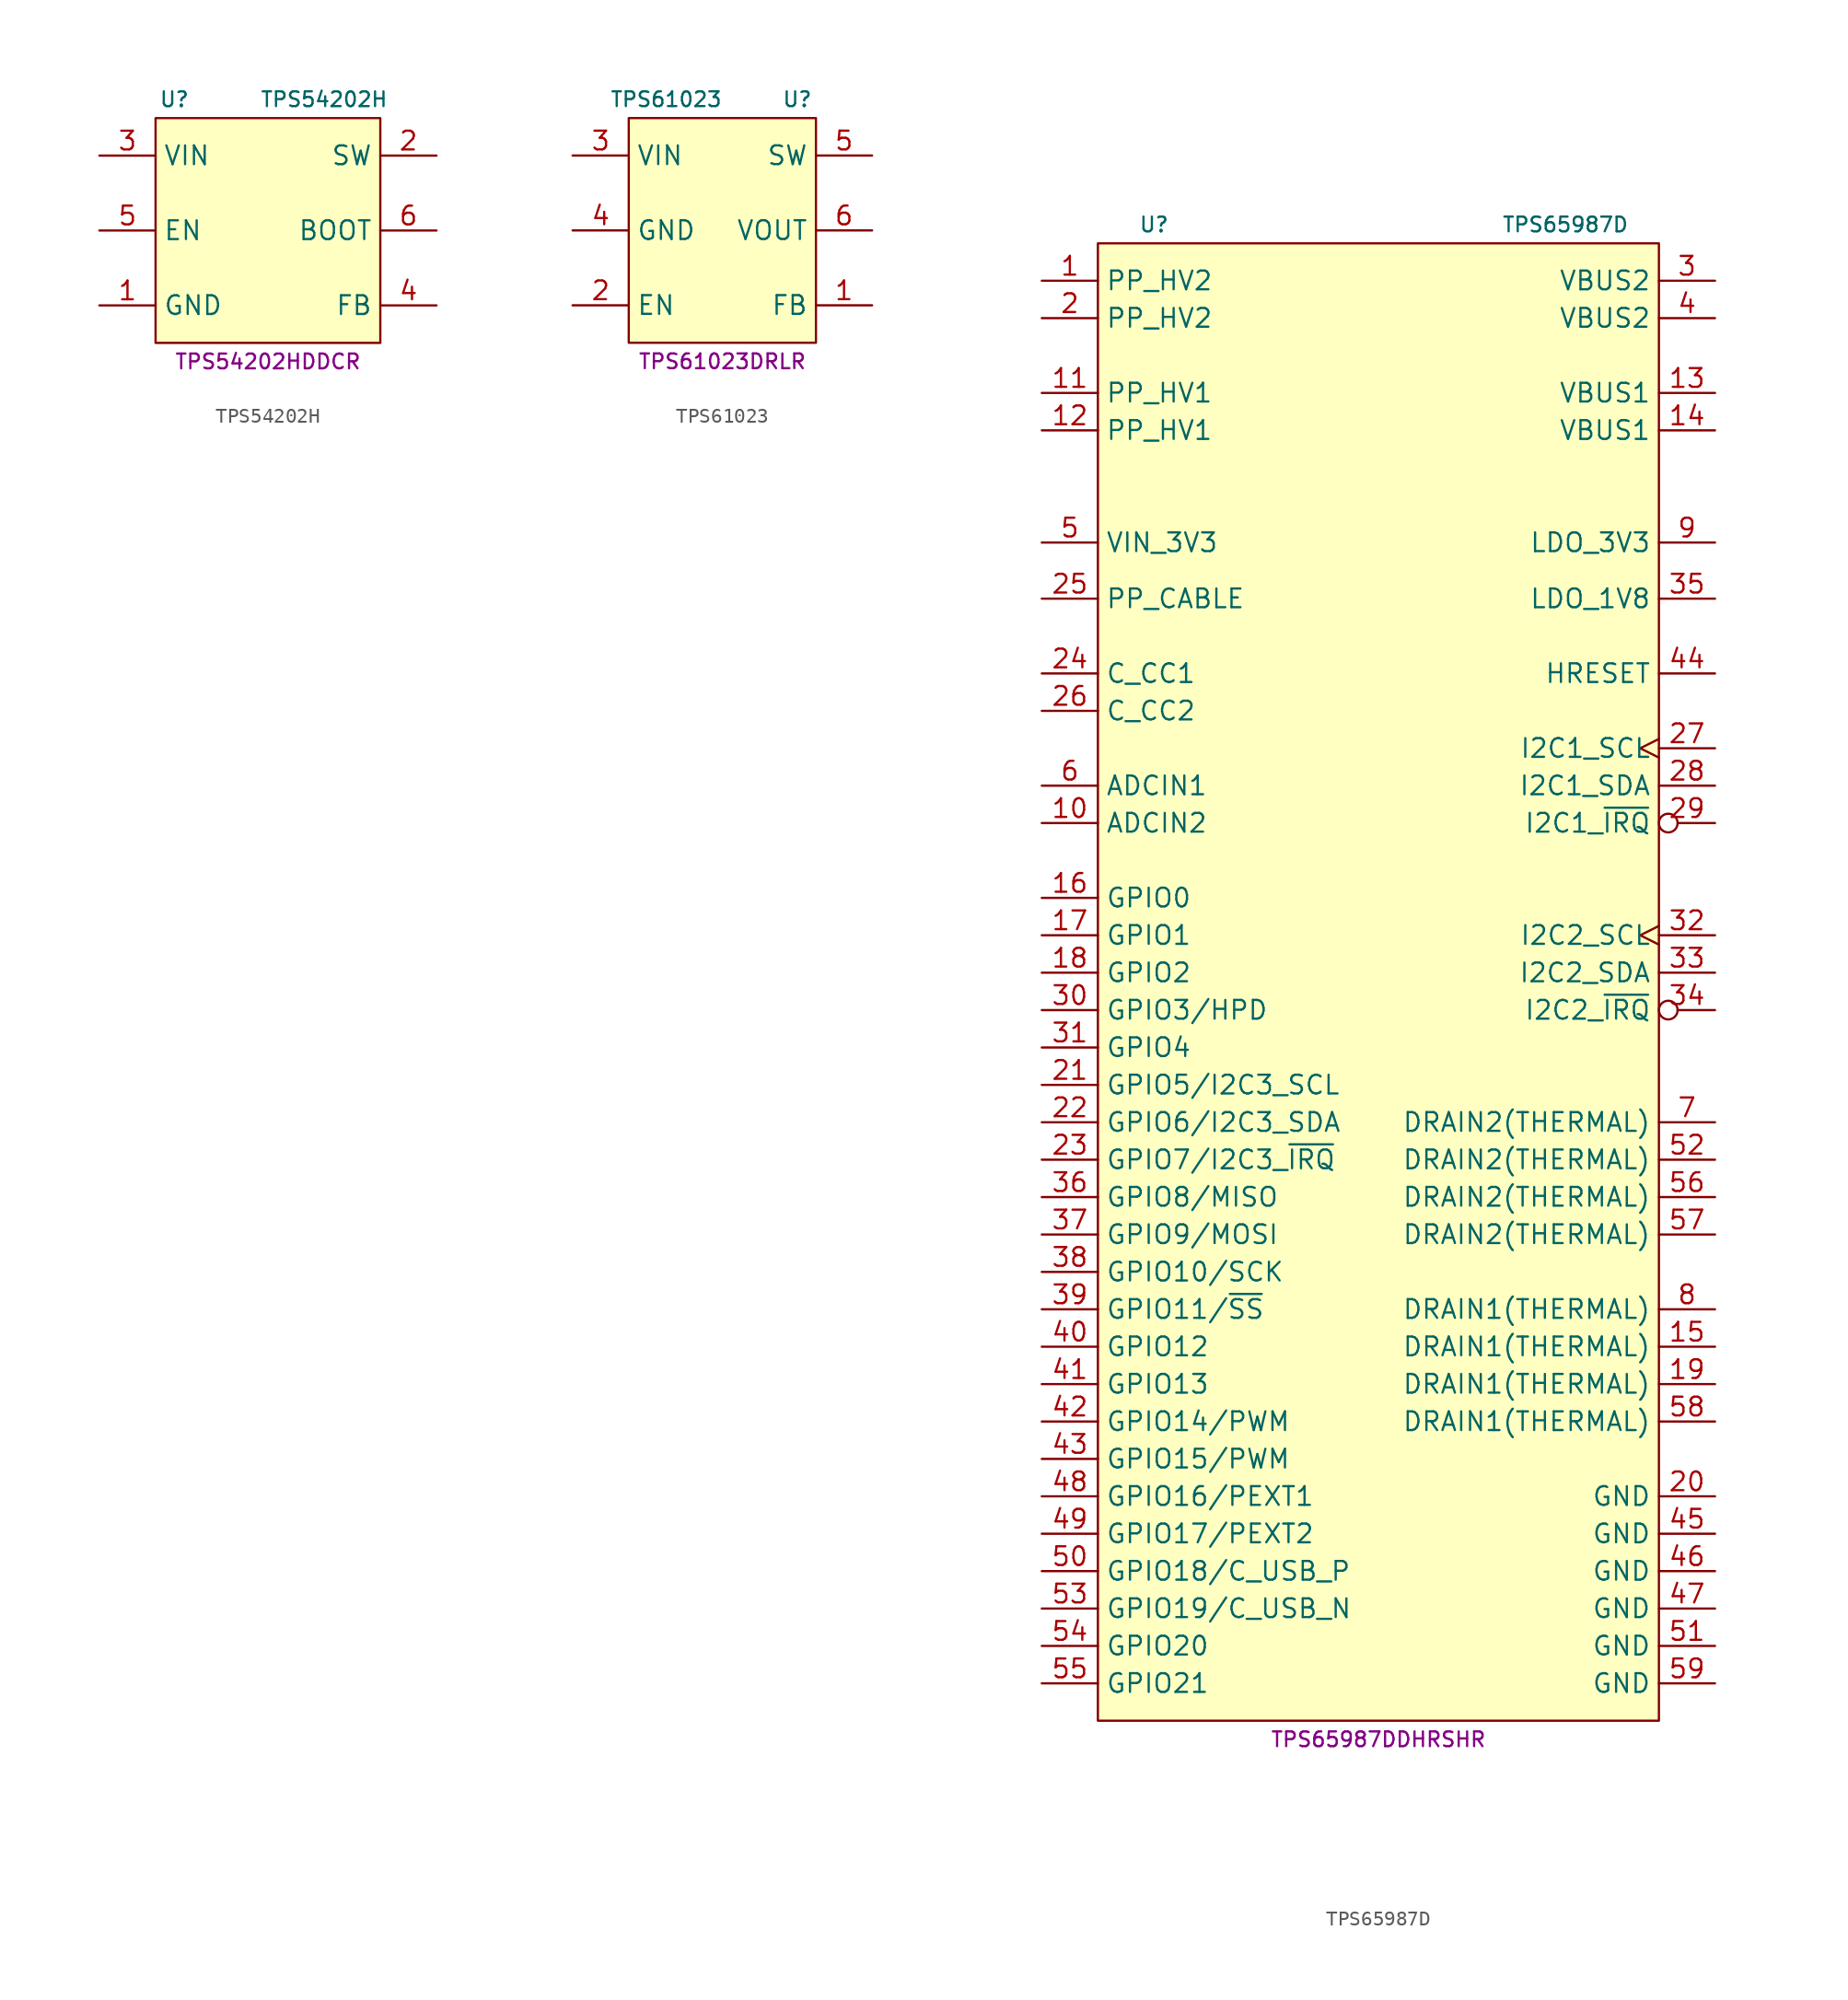
<source format=kicad_sym>
(kicad_symbol_lib
  (version 20231120)
  (generator "kicad_symbol_editor")
  (generator_version "8.0")
  (symbol "TPS54202H"
    (property "Reference" "U"
      (at -6.35 8.89 0)
      (effects (font (size 1 1))))
    (property "Value" "TPS54202H"
      (at 3.81 8.89 0)
      (effects (font (size 1 1))))
    (property "MPN" "TPS54202HDDCR"
      (at 0 -8.89 0)
      (effects (font (size 1 1))))
    (symbol "TPS54202H_0_1"
      (rectangle (start -7.62 7.62) (end 7.62 -7.62) (stroke (width 0.152) (type default)) (fill (type background))))
    (symbol "TPS54202H_1_1"
      (pin power_in line (at -11.43 -5.08 0) (length 3.81) (name "GND" (effects (font (size 1.27 1.27)))) (number "1" (effects (font (size 1.27 1.27)))))
      (pin power_out line (at 11.43 5.08 180) (length 3.81) (name "SW" (effects (font (size 1.27 1.27)))) (number "2" (effects (font (size 1.27 1.27)))))
      (pin power_in line (at -11.43 5.08 0) (length 3.81) (name "VIN" (effects (font (size 1.27 1.27)))) (number "3" (effects (font (size 1.27 1.27)))))
      (pin input line (at 11.43 -5.08 180) (length 3.81) (name "FB" (effects (font (size 1.27 1.27)))) (number "4" (effects (font (size 1.27 1.27)))))
      (pin input line (at -11.43 0 0) (length 3.81) (name "EN" (effects (font (size 1.27 1.27)))) (number "5" (effects (font (size 1.27 1.27)))))
      (pin passive line (at 11.43 0 180) (length 3.81) (name "BOOT" (effects (font (size 1.27 1.27)))) (number "6" (effects (font (size 1.27 1.27)))))))
  (symbol "TPS61023"
    (property "Reference" "U"
      (at 5.08 8.89 0)
      (effects (font (size 1 1))))
    (property "Value" "TPS61023"
      (at -3.81 8.89 0)
      (effects (font (size 1 1))))
    (property "MPN" "TPS61023DRLR"
      (at 0 -8.89 0)
      (effects (font (size 1 1))))
    (symbol "TPS61023_1_1"
      (rectangle (start -6.35 7.62) (end 6.35 -7.62) (stroke (width 0) (type default)) (fill (type background)))
      (pin input line (at 10.16 -5.08 180) (length 3.81) (name "FB" (effects (font (size 1.27 1.27)))) (number "1" (effects (font (size 1.27 1.27)))))
      (pin input line (at -10.16 -5.08 0) (length 3.81) (name "EN" (effects (font (size 1.27 1.27)))) (number "2" (effects (font (size 1.27 1.27)))))
      (pin power_in line (at -10.16 5.08 0) (length 3.81) (name "VIN" (effects (font (size 1.27 1.27)))) (number "3" (effects (font (size 1.27 1.27)))))
      (pin power_in line (at -10.16 0 0) (length 3.81) (name "GND" (effects (font (size 1.27 1.27)))) (number "4" (effects (font (size 1.27 1.27)))))
      (pin power_out line (at 10.16 5.08 180) (length 3.81) (name "SW" (effects (font (size 1.27 1.27)))) (number "5" (effects (font (size 1.27 1.27)))))
      (pin power_out line (at 10.16 0 180) (length 3.81) (name "VOUT" (effects (font (size 1.27 1.27)))) (number "6" (effects (font (size 1.27 1.27)))))))
  (symbol "TPS65987D"
    (property "Reference" "U"
      (at -15.24 48.26 0)
      (effects (font (size 1 1))))
    (property "Value" "TPS65987D"
      (at 12.7 48.26 0)
      (effects (font (size 1 1))))
    (property "MPN" "TPS65987DDHRSHR"
      (at 0 -54.61 0)
      (effects (font (size 1 1))))
    (symbol "TPS65987D_0_1"
      (rectangle (start -19.05 46.99) (end 19.05 -53.34) (stroke (width 0) (type default)) (fill (type background))))
    (symbol "TPS65987D_1_1"
      (pin power_in line (at -22.86 44.45 0) (length 3.81) (name "PP_HV2" (effects (font (size 1.27 1.27)))) (number "1" (effects (font (size 1.27 1.27)))))
      (pin passive line (at -22.86 7.62 0) (length 3.81) (name "ADCIN2" (effects (font (size 1.27 1.27)))) (number "10" (effects (font (size 1.27 1.27)))))
      (pin power_out line (at -22.86 36.83 0) (length 3.81) (name "PP_HV1" (effects (font (size 1.27 1.27)))) (number "11" (effects (font (size 1.27 1.27)))))
      (pin power_out line (at -22.86 34.29 0) (length 3.81) (name "PP_HV1" (effects (font (size 1.27 1.27)))) (number "12" (effects (font (size 1.27 1.27)))))
      (pin power_in line (at 22.86 36.83 180) (length 3.81) (name "VBUS1" (effects (font (size 1.27 1.27)))) (number "13" (effects (font (size 1.27 1.27)))))
      (pin power_in line (at 22.86 34.29 180) (length 3.81) (name "VBUS1" (effects (font (size 1.27 1.27)))) (number "14" (effects (font (size 1.27 1.27)))))
      (pin power_out line (at 22.86 -27.94 180) (length 3.81) (name "DRAIN1(THERMAL)" (effects (font (size 1.27 1.27)))) (number "15" (effects (font (size 1.27 1.27)))))
      (pin bidirectional line (at -22.86 2.54 0) (length 3.81) (name "GPIO0" (effects (font (size 1.27 1.27)))) (number "16" (effects (font (size 1.27 1.27)))))
      (pin bidirectional line (at -22.86 0 0) (length 3.81) (name "GPIO1" (effects (font (size 1.27 1.27)))) (number "17" (effects (font (size 1.27 1.27)))))
      (pin bidirectional line (at -22.86 -2.54 0) (length 3.81) (name "GPIO2" (effects (font (size 1.27 1.27)))) (number "18" (effects (font (size 1.27 1.27)))))
      (pin power_out line (at 22.86 -30.48 180) (length 3.81) (name "DRAIN1(THERMAL)" (effects (font (size 1.27 1.27)))) (number "19" (effects (font (size 1.27 1.27)))))
      (pin power_in line (at -22.86 41.91 0) (length 3.81) (name "PP_HV2" (effects (font (size 1.27 1.27)))) (number "2" (effects (font (size 1.27 1.27)))))
      (pin power_in line (at 22.86 -38.1 180) (length 3.81) (name "GND" (effects (font (size 1.27 1.27)))) (number "20" (effects (font (size 1.27 1.27)))))
      (pin bidirectional line (at -22.86 -10.16 0) (length 3.81) (name "GPIO5/I2C3_SCL" (effects (font (size 1.27 1.27)))) (number "21" (effects (font (size 1.27 1.27)))))
      (pin bidirectional line (at -22.86 -12.7 0) (length 3.81) (name "GPIO6/I2C3_SDA" (effects (font (size 1.27 1.27)))) (number "22" (effects (font (size 1.27 1.27)))))
      (pin bidirectional line (at -22.86 -15.24 0) (length 3.81) (name "GPIO7/I2C3_~{IRQ}" (effects (font (size 1.27 1.27)))) (number "23" (effects (font (size 1.27 1.27)))))
      (pin bidirectional line (at -22.86 17.78 0) (length 3.81) (name "C_CC1" (effects (font (size 1.27 1.27)))) (number "24" (effects (font (size 1.27 1.27)))))
      (pin power_in line (at -22.86 22.86 0) (length 3.81) (name "PP_CABLE" (effects (font (size 1.27 1.27)))) (number "25" (effects (font (size 1.27 1.27)))))
      (pin bidirectional line (at -22.86 15.24 0) (length 3.81) (name "C_CC2" (effects (font (size 1.27 1.27)))) (number "26" (effects (font (size 1.27 1.27)))))
      (pin bidirectional clock (at 22.86 12.7 180) (length 3.81) (name "I2C1_SCL" (effects (font (size 1.27 1.27)))) (number "27" (effects (font (size 1.27 1.27)))))
      (pin bidirectional line (at 22.86 10.16 180) (length 3.81) (name "I2C1_SDA" (effects (font (size 1.27 1.27)))) (number "28" (effects (font (size 1.27 1.27)))))
      (pin open_collector inverted (at 22.86 7.62 180) (length 3.81) (name "I2C1_~{IRQ}" (effects (font (size 1.27 1.27)))) (number "29" (effects (font (size 1.27 1.27)))))
      (pin power_out line (at 22.86 44.45 180) (length 3.81) (name "VBUS2" (effects (font (size 1.27 1.27)))) (number "3" (effects (font (size 1.27 1.27)))))
      (pin bidirectional line (at -22.86 -5.08 0) (length 3.81) (name "GPIO3/HPD" (effects (font (size 1.27 1.27)))) (number "30" (effects (font (size 1.27 1.27)))))
      (pin bidirectional line (at -22.86 -7.62 0) (length 3.81) (name "GPIO4" (effects (font (size 1.27 1.27)))) (number "31" (effects (font (size 1.27 1.27)))))
      (pin bidirectional clock (at 22.86 0 180) (length 3.81) (name "I2C2_SCL" (effects (font (size 1.27 1.27)))) (number "32" (effects (font (size 1.27 1.27)))))
      (pin bidirectional line (at 22.86 -2.54 180) (length 3.81) (name "I2C2_SDA" (effects (font (size 1.27 1.27)))) (number "33" (effects (font (size 1.27 1.27)))))
      (pin open_collector inverted (at 22.86 -5.08 180) (length 3.81) (name "I2C2_~{IRQ}" (effects (font (size 1.27 1.27)))) (number "34" (effects (font (size 1.27 1.27)))))
      (pin power_out line (at 22.86 22.86 180) (length 3.81) (name "LDO_1V8" (effects (font (size 1.27 1.27)))) (number "35" (effects (font (size 1.27 1.27)))))
      (pin bidirectional line (at -22.86 -17.78 0) (length 3.81) (name "GPIO8/MISO" (effects (font (size 1.27 1.27)))) (number "36" (effects (font (size 1.27 1.27)))))
      (pin bidirectional line (at -22.86 -20.32 0) (length 3.81) (name "GPIO9/MOSI" (effects (font (size 1.27 1.27)))) (number "37" (effects (font (size 1.27 1.27)))))
      (pin bidirectional line (at -22.86 -22.86 0) (length 3.81) (name "GPIO10/SCK" (effects (font (size 1.27 1.27)))) (number "38" (effects (font (size 1.27 1.27)))))
      (pin bidirectional line (at -22.86 -25.4 0) (length 3.81) (name "GPIO11/~{SS}" (effects (font (size 1.27 1.27)))) (number "39" (effects (font (size 1.27 1.27)))))
      (pin power_out line (at 22.86 41.91 180) (length 3.81) (name "VBUS2" (effects (font (size 1.27 1.27)))) (number "4" (effects (font (size 1.27 1.27)))))
      (pin bidirectional line (at -22.86 -27.94 0) (length 3.81) (name "GPIO12" (effects (font (size 1.27 1.27)))) (number "40" (effects (font (size 1.27 1.27)))))
      (pin bidirectional line (at -22.86 -30.48 0) (length 3.81) (name "GPIO13" (effects (font (size 1.27 1.27)))) (number "41" (effects (font (size 1.27 1.27)))))
      (pin bidirectional line (at -22.86 -33.02 0) (length 3.81) (name "GPIO14/PWM" (effects (font (size 1.27 1.27)))) (number "42" (effects (font (size 1.27 1.27)))))
      (pin bidirectional line (at -22.86 -35.56 0) (length 3.81) (name "GPIO15/PWM" (effects (font (size 1.27 1.27)))) (number "43" (effects (font (size 1.27 1.27)))))
      (pin bidirectional line (at 22.86 17.78 180) (length 3.81) (name "HRESET" (effects (font (size 1.27 1.27)))) (number "44" (effects (font (size 1.27 1.27)))))
      (pin power_in line (at 22.86 -40.64 180) (length 3.81) (name "GND" (effects (font (size 1.27 1.27)))) (number "45" (effects (font (size 1.27 1.27)))))
      (pin power_in line (at 22.86 -43.18 180) (length 3.81) (name "GND" (effects (font (size 1.27 1.27)))) (number "46" (effects (font (size 1.27 1.27)))))
      (pin power_in line (at 22.86 -45.72 180) (length 3.81) (name "GND" (effects (font (size 1.27 1.27)))) (number "47" (effects (font (size 1.27 1.27)))))
      (pin bidirectional line (at -22.86 -38.1 0) (length 3.81) (name "GPIO16/PEXT1" (effects (font (size 1.27 1.27)))) (number "48" (effects (font (size 1.27 1.27)))))
      (pin bidirectional line (at -22.86 -40.64 0) (length 3.81) (name "GPIO17/PEXT2" (effects (font (size 1.27 1.27)))) (number "49" (effects (font (size 1.27 1.27)))))
      (pin power_in line (at -22.86 26.67 0) (length 3.81) (name "VIN_3V3" (effects (font (size 1.27 1.27)))) (number "5" (effects (font (size 1.27 1.27)))))
      (pin bidirectional line (at -22.86 -43.18 0) (length 3.81) (name "GPIO18/C_USB_P" (effects (font (size 1.27 1.27)))) (number "50" (effects (font (size 1.27 1.27)))))
      (pin power_in line (at 22.86 -48.26 180) (length 3.81) (name "GND" (effects (font (size 1.27 1.27)))) (number "51" (effects (font (size 1.27 1.27)))))
      (pin power_out line (at 22.86 -15.24 180) (length 3.81) (name "DRAIN2(THERMAL)" (effects (font (size 1.27 1.27)))) (number "52" (effects (font (size 1.27 1.27)))))
      (pin bidirectional line (at -22.86 -45.72 0) (length 3.81) (name "GPIO19/C_USB_N" (effects (font (size 1.27 1.27)))) (number "53" (effects (font (size 1.27 1.27)))))
      (pin bidirectional line (at -22.86 -48.26 0) (length 3.81) (name "GPIO20" (effects (font (size 1.27 1.27)))) (number "54" (effects (font (size 1.27 1.27)))))
      (pin bidirectional line (at -22.86 -50.8 0) (length 3.81) (name "GPIO21" (effects (font (size 1.27 1.27)))) (number "55" (effects (font (size 1.27 1.27)))))
      (pin power_out line (at 22.86 -17.78 180) (length 3.81) (name "DRAIN2(THERMAL)" (effects (font (size 1.27 1.27)))) (number "56" (effects (font (size 1.27 1.27)))))
      (pin power_out line (at 22.86 -20.32 180) (length 3.81) (name "DRAIN2(THERMAL)" (effects (font (size 1.27 1.27)))) (number "57" (effects (font (size 1.27 1.27)))))
      (pin power_out line (at 22.86 -33.02 180) (length 3.81) (name "DRAIN1(THERMAL)" (effects (font (size 1.27 1.27)))) (number "58" (effects (font (size 1.27 1.27)))))
      (pin power_in line (at 22.86 -50.8 180) (length 3.81) (name "GND" (effects (font (size 1.27 1.27)))) (number "59" (effects (font (size 1.27 1.27)))))
      (pin passive line (at -22.86 10.16 0) (length 3.81) (name "ADCIN1" (effects (font (size 1.27 1.27)))) (number "6" (effects (font (size 1.27 1.27)))))
      (pin power_out line (at 22.86 -12.7 180) (length 3.81) (name "DRAIN2(THERMAL)" (effects (font (size 1.27 1.27)))) (number "7" (effects (font (size 1.27 1.27)))))
      (pin power_out line (at 22.86 -25.4 180) (length 3.81) (name "DRAIN1(THERMAL)" (effects (font (size 1.27 1.27)))) (number "8" (effects (font (size 1.27 1.27)))))
      (pin power_out line (at 22.86 26.67 180) (length 3.81) (name "LDO_3V3" (effects (font (size 1.27 1.27)))) (number "9" (effects (font (size 1.27 1.27))))))))
</source>
